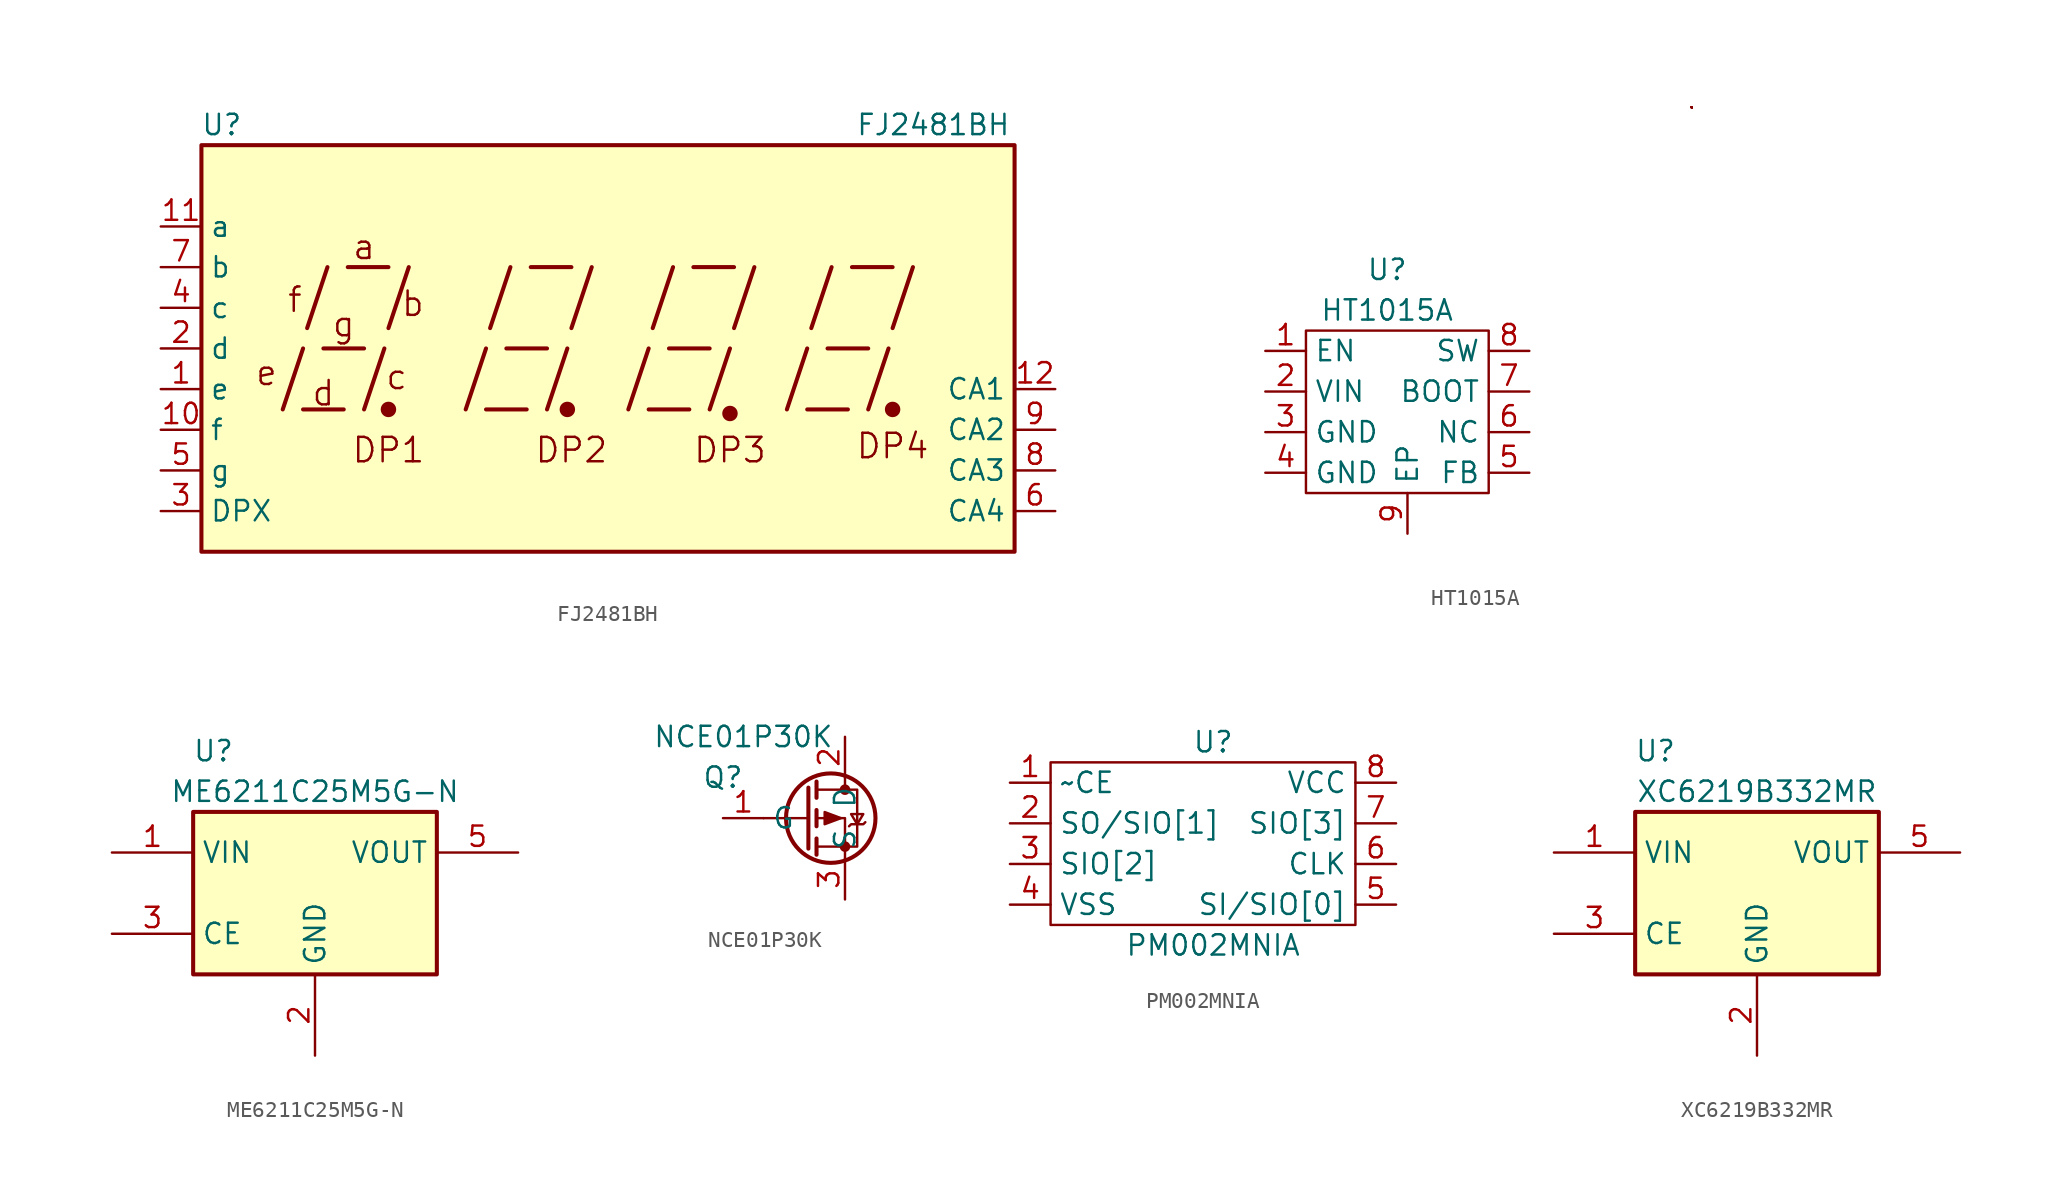
<source format=kicad_sym>
(kicad_symbol_lib
  (version 20211014)
  (generator kicad_symbol_editor)
  (symbol "FJ2481BH"
    (property "Reference" "U"
      (at 3.81 16.51 0)
      (effects (font (size 1.27 1.27))))
    (property "Value" "FJ2481BH"
      (at 48.26 16.51 0)
      (effects (font (size 1.27 1.27))))
    (symbol "FJ2481BH_0_0"
      (polyline (pts (xy 7.62 -1.27) (xy 8.89 2.54)) (stroke (width 0.254) (type default) (color 0 0 0 0)) (fill (type none)))
      (polyline (pts (xy 8.89 -1.27) (xy 11.43 -1.27)) (stroke (width 0.254) (type default) (color 0 0 0 0)) (fill (type none)))
      (polyline (pts (xy 9.144 3.81) (xy 10.414 7.62)) (stroke (width 0.254) (type default) (color 0 0 0 0)) (fill (type none)))
      (polyline (pts (xy 10.16 2.54) (xy 12.7 2.54)) (stroke (width 0.254) (type default) (color 0 0 0 0)) (fill (type none)))
      (polyline (pts (xy 11.684 7.62) (xy 14.224 7.62)) (stroke (width 0.254) (type default) (color 0 0 0 0)) (fill (type none)))
      (polyline (pts (xy 12.7 -1.27) (xy 13.97 2.54)) (stroke (width 0.254) (type default) (color 0 0 0 0)) (fill (type none)))
      (polyline (pts (xy 14.224 3.81) (xy 15.494 7.62)) (stroke (width 0.254) (type default) (color 0 0 0 0)) (fill (type none)))
      (polyline (pts (xy 19.05 -1.27) (xy 20.32 2.54)) (stroke (width 0.254) (type default) (color 0 0 0 0)) (fill (type none)))
      (polyline (pts (xy 20.32 -1.27) (xy 22.86 -1.27)) (stroke (width 0.254) (type default) (color 0 0 0 0)) (fill (type none)))
      (polyline (pts (xy 20.574 3.81) (xy 21.844 7.62)) (stroke (width 0.254) (type default) (color 0 0 0 0)) (fill (type none)))
      (polyline (pts (xy 21.59 2.54) (xy 24.13 2.54)) (stroke (width 0.254) (type default) (color 0 0 0 0)) (fill (type none)))
      (polyline (pts (xy 23.114 7.62) (xy 25.654 7.62)) (stroke (width 0.254) (type default) (color 0 0 0 0)) (fill (type none)))
      (polyline (pts (xy 24.13 -1.27) (xy 25.4 2.54)) (stroke (width 0.254) (type default) (color 0 0 0 0)) (fill (type none)))
      (polyline (pts (xy 25.654 3.81) (xy 26.924 7.62)) (stroke (width 0.254) (type default) (color 0 0 0 0)) (fill (type none)))
      (polyline (pts (xy 29.21 -1.27) (xy 30.48 2.54)) (stroke (width 0.254) (type default) (color 0 0 0 0)) (fill (type none)))
      (polyline (pts (xy 30.48 -1.27) (xy 33.02 -1.27)) (stroke (width 0.254) (type default) (color 0 0 0 0)) (fill (type none)))
      (polyline (pts (xy 30.734 3.81) (xy 32.004 7.62)) (stroke (width 0.254) (type default) (color 0 0 0 0)) (fill (type none)))
      (polyline (pts (xy 31.75 2.54) (xy 34.29 2.54)) (stroke (width 0.254) (type default) (color 0 0 0 0)) (fill (type none)))
      (polyline (pts (xy 33.274 7.62) (xy 35.814 7.62)) (stroke (width 0.254) (type default) (color 0 0 0 0)) (fill (type none)))
      (polyline (pts (xy 34.29 -1.27) (xy 35.56 2.54)) (stroke (width 0.254) (type default) (color 0 0 0 0)) (fill (type none)))
      (polyline (pts (xy 35.814 3.81) (xy 37.084 7.62)) (stroke (width 0.254) (type default) (color 0 0 0 0)) (fill (type none)))
      (polyline (pts (xy 39.116 -1.27) (xy 40.386 2.54)) (stroke (width 0.254) (type default) (color 0 0 0 0)) (fill (type none)))
      (polyline (pts (xy 40.386 -1.27) (xy 42.926 -1.27)) (stroke (width 0.254) (type default) (color 0 0 0 0)) (fill (type none)))
      (polyline (pts (xy 40.64 3.81) (xy 41.91 7.62)) (stroke (width 0.254) (type default) (color 0 0 0 0)) (fill (type none)))
      (polyline (pts (xy 41.656 2.54) (xy 44.196 2.54)) (stroke (width 0.254) (type default) (color 0 0 0 0)) (fill (type none)))
      (polyline (pts (xy 43.18 7.62) (xy 45.72 7.62)) (stroke (width 0.254) (type default) (color 0 0 0 0)) (fill (type none)))
      (polyline (pts (xy 44.196 -1.27) (xy 45.466 2.54)) (stroke (width 0.254) (type default) (color 0 0 0 0)) (fill (type none)))
      (polyline (pts (xy 45.72 3.81) (xy 46.99 7.62)) (stroke (width 0.254) (type default) (color 0 0 0 0)) (fill (type none)))
      (rectangle (start 2.54 15.24) (end 53.34 -10.16) (stroke (width 0.254) (type default) (color 0 0 0 0)) (fill (type background)))
      (text "a" (at 12.7 8.89 0) (effects (font (size 1.524 1.524))))
      (text "b" (at 15.748 5.334 0) (effects (font (size 1.524 1.524))))
      (text "c" (at 14.732 0.762 0) (effects (font (size 1.524 1.524))))
      (text "d" (at 10.16 -0.254 0) (effects (font (size 1.524 1.524))))
      (text "DP1" (at 14.224 -3.81 0) (effects (font (size 1.524 1.524))))
      (text "DP2" (at 25.654 -3.81 0) (effects (font (size 1.524 1.524))))
      (text "DP3" (at 35.56 -3.81 0) (effects (font (size 1.524 1.524))))
      (text "DP4" (at 45.72 -3.556 0) (effects (font (size 1.524 1.524))))
      (text "e" (at 6.604 1.016 0) (effects (font (size 1.524 1.524))))
      (text "f" (at 8.382 5.588 0) (effects (font (size 1.524 1.524))))
      (text "g" (at 11.43 4.064 0) (effects (font (size 1.524 1.524)))))
    (symbol "FJ2481BH_0_1"
      (circle (center 14.224 -1.27) (radius 0.356) (stroke (width 0.254) (type default) (color 0 0 0 0)) (fill (type outline)))
      (circle (center 25.4 -1.27) (radius 0.356) (stroke (width 0.254) (type default) (color 0 0 0 0)) (fill (type outline))))
    (symbol "FJ2481BH_1_0"
      (circle (center 35.56 -1.524) (radius 0.356) (stroke (width 0.254) (type default) (color 0 0 0 0)) (fill (type outline)))
      (circle (center 45.72 -1.27) (radius 0.356) (stroke (width 0.254) (type default) (color 0 0 0 0)) (fill (type outline))))
    (symbol "FJ2481BH_1_1"
      (pin input line (at 0 0 0) (length 2.54) (name "e" (effects (font (size 1.27 1.27)))) (number "1" (effects (font (size 1.27 1.27)))))
      (pin input line (at 0 -2.54 0) (length 2.54) (name "f" (effects (font (size 1.27 1.27)))) (number "10" (effects (font (size 1.27 1.27)))))
      (pin input line (at 0 10.16 0) (length 2.54) (name "a" (effects (font (size 1.27 1.27)))) (number "11" (effects (font (size 1.27 1.27)))))
      (pin input line (at 55.88 0 180) (length 2.54) (name "CA1" (effects (font (size 1.27 1.27)))) (number "12" (effects (font (size 1.27 1.27)))))
      (pin input line (at 0 2.54 0) (length 2.54) (name "d" (effects (font (size 1.27 1.27)))) (number "2" (effects (font (size 1.27 1.27)))))
      (pin input line (at 0 -7.62 0) (length 2.54) (name "DPX" (effects (font (size 1.27 1.27)))) (number "3" (effects (font (size 1.27 1.27)))))
      (pin input line (at 0 5.08 0) (length 2.54) (name "c" (effects (font (size 1.27 1.27)))) (number "4" (effects (font (size 1.27 1.27)))))
      (pin input line (at 0 -5.08 0) (length 2.54) (name "g" (effects (font (size 1.27 1.27)))) (number "5" (effects (font (size 1.27 1.27)))))
      (pin input line (at 55.88 -7.62 180) (length 2.54) (name "CA4" (effects (font (size 1.27 1.27)))) (number "6" (effects (font (size 1.27 1.27)))))
      (pin input line (at 0 7.62 0) (length 2.54) (name "b" (effects (font (size 1.27 1.27)))) (number "7" (effects (font (size 1.27 1.27)))))
      (pin input line (at 55.88 -5.08 180) (length 2.54) (name "CA3" (effects (font (size 1.27 1.27)))) (number "8" (effects (font (size 1.27 1.27)))))
      (pin input line (at 55.88 -2.54 180) (length 2.54) (name "CA2" (effects (font (size 1.27 1.27)))) (number "9" (effects (font (size 1.27 1.27)))))))
  (symbol "HT1015A"
    (property "Reference" "U"
      (at 5.08 5.08 0)
      (effects (font (size 1.27 1.27))))
    (property "Value" "HT1015A"
      (at 5.08 2.54 0)
      (effects (font (size 1.27 1.27))))
    (symbol "HT1015A_0_1"
      (rectangle (start 0 1.27) (end 11.43 -8.89) (stroke (width 0) (type default) (color 0 0 0 0)) (fill (type none)))
      (rectangle (start 24.13 15.24) (end 24.13 15.24) (stroke (width 0) (type default) (color 0 0 0 0)) (fill (type none)))
      (rectangle (start 24.13 15.24) (end 24.13 15.24) (stroke (width 0) (type default) (color 0 0 0 0)) (fill (type none)))
      (rectangle (start 24.13 15.24) (end 24.13 15.24) (stroke (width 0) (type default) (color 0 0 0 0)) (fill (type none)))
      (rectangle (start 24.13 15.24) (end 24.13 15.24) (stroke (width 0) (type default) (color 0 0 0 0)) (fill (type none)))
      (rectangle (start 24.13 15.24) (end 24.13 15.24) (stroke (width 0) (type default) (color 0 0 0 0)) (fill (type none)))
      (rectangle (start 24.13 15.24) (end 24.13 15.24) (stroke (width 0) (type default) (color 0 0 0 0)) (fill (type none)))
      (rectangle (start 24.13 15.24) (end 24.13 15.24) (stroke (width 0) (type default) (color 0 0 0 0)) (fill (type none)))
      (rectangle (start 24.13 15.24) (end 24.13 15.24) (stroke (width 0) (type default) (color 0 0 0 0)) (fill (type none)))
      (rectangle (start 24.13 15.24) (end 24.13 15.24) (stroke (width 0) (type default) (color 0 0 0 0)) (fill (type none)))
      (rectangle (start 24.13 15.24) (end 24.13 15.24) (stroke (width 0) (type default) (color 0 0 0 0)) (fill (type none)))
      (rectangle (start 24.13 15.24) (end 24.13 15.24) (stroke (width 0) (type default) (color 0 0 0 0)) (fill (type none)))
      (rectangle (start 24.13 15.24) (end 24.13 15.24) (stroke (width 0) (type default) (color 0 0 0 0)) (fill (type none)))
      (rectangle (start 24.13 15.24) (end 24.13 15.24) (stroke (width 0) (type default) (color 0 0 0 0)) (fill (type none)))
      (rectangle (start 24.13 15.24) (end 24.13 15.24) (stroke (width 0) (type default) (color 0 0 0 0)) (fill (type none)))
      (rectangle (start 24.13 15.24) (end 24.13 15.24) (stroke (width 0) (type default) (color 0 0 0 0)) (fill (type none)))
      (rectangle (start 24.13 15.24) (end 24.13 15.24) (stroke (width 0) (type default) (color 0 0 0 0)) (fill (type none)))
      (rectangle (start 24.13 15.24) (end 24.13 15.24) (stroke (width 0) (type default) (color 0 0 0 0)) (fill (type none)))
      (rectangle (start 24.13 15.24) (end 24.13 15.24) (stroke (width 0) (type default) (color 0 0 0 0)) (fill (type none))))
    (symbol "HT1015A_1_1"
      (pin input line (at -2.54 0 0) (length 2.54) (name "EN" (effects (font (size 1.27 1.27)))) (number "1" (effects (font (size 1.27 1.27)))))
      (pin power_in line (at -2.54 -2.54 0) (length 2.54) (name "VIN" (effects (font (size 1.27 1.27)))) (number "2" (effects (font (size 1.27 1.27)))))
      (pin passive line (at -2.54 -5.08 0) (length 2.54) (name "GND" (effects (font (size 1.27 1.27)))) (number "3" (effects (font (size 1.27 1.27)))))
      (pin passive line (at -2.54 -7.62 0) (length 2.54) (name "GND" (effects (font (size 1.27 1.27)))) (number "4" (effects (font (size 1.27 1.27)))))
      (pin passive line (at 13.97 -7.62 180) (length 2.54) (name "FB" (effects (font (size 1.27 1.27)))) (number "5" (effects (font (size 1.27 1.27)))))
      (pin passive line (at 13.97 -5.08 180) (length 2.54) (name "NC" (effects (font (size 1.27 1.27)))) (number "6" (effects (font (size 1.27 1.27)))))
      (pin passive line (at 13.97 -2.54 180) (length 2.54) (name "BOOT" (effects (font (size 1.27 1.27)))) (number "7" (effects (font (size 1.27 1.27)))))
      (pin passive line (at 13.97 0 180) (length 2.54) (name "SW" (effects (font (size 1.27 1.27)))) (number "8" (effects (font (size 1.27 1.27)))))
      (pin passive line (at 6.35 -11.43 90) (length 2.54) (name "EP" (effects (font (size 1.27 1.27)))) (number "9" (effects (font (size 1.27 1.27)))))))
  (symbol "ME6211C25M5G-N"
    (property "Reference" "U"
      (at 6.35 6.35 0)
      (effects (font (size 1.27 1.27))))
    (property "Value" "ME6211C25M5G-N"
      (at 12.7 3.81 0)
      (effects (font (size 1.27 1.27))))
    (symbol "ME6211C25M5G-N_0_1"
      (rectangle (start 5.08 2.54) (end 20.32 -7.62) (stroke (width 0.254) (type default) (color 0 0 0 0)) (fill (type background))))
    (symbol "ME6211C25M5G-N_1_1"
      (pin power_in line (at 0 0 0) (length 5.08) (name "VIN" (effects (font (size 1.27 1.27)))) (number "1" (effects (font (size 1.27 1.27)))))
      (pin power_in line (at 12.7 -12.7 90) (length 5.08) (name "GND" (effects (font (size 1.27 1.27)))) (number "2" (effects (font (size 1.27 1.27)))))
      (pin input line (at 0 -5.08 0) (length 5.08) (name "CE" (effects (font (size 1.27 1.27)))) (number "3" (effects (font (size 1.27 1.27)))))
      (pin no_connect line (at 25.4 -5.08 180) (length 5.08) hide (name "NC" (effects (font (size 1.27 1.27)))) (number "4" (effects (font (size 1.27 1.27)))))
      (pin power_out line (at 25.4 0 180) (length 5.08) (name "VOUT" (effects (font (size 1.27 1.27)))) (number "5" (effects (font (size 1.27 1.27)))))))
  (symbol "NCE01P30K"
    (property "Reference" "Q"
      (at -5.08 2.54 0)
      (effects (font (size 1.27 1.27))))
    (property "Value" "NCE01P30K"
      (at -3.81 5.08 0)
      (effects (font (size 1.27 1.27))))
    (symbol "NCE01P30K_0_1"
      (polyline (pts (xy 0.254 0) (xy -2.54 0)) (stroke (width 0) (type default) (color 0 0 0 0)) (fill (type none)))
      (polyline (pts (xy 0.254 1.905) (xy 0.254 -1.905)) (stroke (width 0.254) (type default) (color 0 0 0 0)) (fill (type none)))
      (polyline (pts (xy 0.762 -1.27) (xy 0.762 -2.286)) (stroke (width 0.254) (type default) (color 0 0 0 0)) (fill (type none)))
      (polyline (pts (xy 0.762 0.508) (xy 0.762 -0.508)) (stroke (width 0.254) (type default) (color 0 0 0 0)) (fill (type none)))
      (polyline (pts (xy 0.762 2.286) (xy 0.762 1.27)) (stroke (width 0.254) (type default) (color 0 0 0 0)) (fill (type none)))
      (polyline (pts (xy 2.54 2.54) (xy 2.54 1.778)) (stroke (width 0) (type default) (color 0 0 0 0)) (fill (type none)))
      (polyline (pts (xy 2.54 -2.54) (xy 2.54 0) (xy 0.762 0)) (stroke (width 0) (type default) (color 0 0 0 0)) (fill (type none)))
      (polyline (pts (xy 0.762 1.778) (xy 3.302 1.778) (xy 3.302 -1.778) (xy 0.762 -1.778)) (stroke (width 0) (type default) (color 0 0 0 0)) (fill (type none)))
      (polyline (pts (xy 2.286 0) (xy 1.27 0.381) (xy 1.27 -0.381) (xy 2.286 0)) (stroke (width 0) (type default) (color 0 0 0 0)) (fill (type outline)))
      (polyline (pts (xy 2.794 -0.508) (xy 2.921 -0.381) (xy 3.683 -0.381) (xy 3.81 -0.254)) (stroke (width 0) (type default) (color 0 0 0 0)) (fill (type none)))
      (polyline (pts (xy 3.302 -0.381) (xy 2.921 0.254) (xy 3.683 0.254) (xy 3.302 -0.381)) (stroke (width 0) (type default) (color 0 0 0 0)) (fill (type none)))
      (circle (center 1.651 0) (radius 2.794) (stroke (width 0.254) (type default) (color 0 0 0 0)) (fill (type none)))
      (circle (center 2.54 -1.778) (radius 0.254) (stroke (width 0) (type default) (color 0 0 0 0)) (fill (type outline)))
      (circle (center 2.54 1.778) (radius 0.254) (stroke (width 0) (type default) (color 0 0 0 0)) (fill (type outline))))
    (symbol "NCE01P30K_1_1"
      (pin input line (at -5.08 0 0) (length 2.54) (name "G" (effects (font (size 1.27 1.27)))) (number "1" (effects (font (size 1.27 1.27)))))
      (pin passive line (at 2.54 5.08 270) (length 2.54) (name "D" (effects (font (size 1.27 1.27)))) (number "2" (effects (font (size 1.27 1.27)))))
      (pin passive line (at 2.54 -5.08 90) (length 2.54) (name "S" (effects (font (size 1.27 1.27)))) (number "3" (effects (font (size 1.27 1.27)))))))
  (symbol "PM002MNIA"
    (property "Reference" "U"
      (at 12.7 2.54 0)
      (effects (font (size 1.27 1.27))))
    (property "Value" "PM002MNIA"
      (at 12.7 -10.16 0)
      (effects (font (size 1.27 1.27))))
    (symbol "PM002MNIA_0_1"
      (rectangle (start 2.54 1.27) (end 21.59 -8.89) (stroke (width 0) (type default) (color 0 0 0 0)) (fill (type none))))
    (symbol "PM002MNIA_1_1"
      (pin input line (at 0 0 0) (length 2.54) (name "~CE" (effects (font (size 1.27 1.27)))) (number "1" (effects (font (size 1.27 1.27)))))
      (pin bidirectional line (at 0 -2.54 0) (length 2.54) (name "SO/SIO[1]" (effects (font (size 1.27 1.27)))) (number "2" (effects (font (size 1.27 1.27)))))
      (pin bidirectional line (at 0 -5.08 0) (length 2.54) (name "SIO[2]" (effects (font (size 1.27 1.27)))) (number "3" (effects (font (size 1.27 1.27)))))
      (pin unspecified line (at 0 -7.62 0) (length 2.54) (name "VSS" (effects (font (size 1.27 1.27)))) (number "4" (effects (font (size 1.27 1.27)))))
      (pin bidirectional line (at 24.13 -7.62 180) (length 2.54) (name "SI/SIO[0]" (effects (font (size 1.27 1.27)))) (number "5" (effects (font (size 1.27 1.27)))))
      (pin input line (at 24.13 -5.08 180) (length 2.54) (name "CLK" (effects (font (size 1.27 1.27)))) (number "6" (effects (font (size 1.27 1.27)))))
      (pin bidirectional line (at 24.13 -2.54 180) (length 2.54) (name "SIO[3]" (effects (font (size 1.27 1.27)))) (number "7" (effects (font (size 1.27 1.27)))))
      (pin power_in line (at 24.13 0 180) (length 2.54) (name "VCC" (effects (font (size 1.27 1.27)))) (number "8" (effects (font (size 1.27 1.27)))))))
  (symbol "XC6219B332MR"
    (property "Reference" "U"
      (at 6.35 6.35 0)
      (effects (font (size 1.27 1.27))))
    (property "Value" "XC6219B332MR"
      (at 12.7 3.81 0)
      (effects (font (size 1.27 1.27))))
    (symbol "XC6219B332MR_0_1"
      (rectangle (start 5.08 2.54) (end 20.32 -7.62) (stroke (width 0.254) (type default) (color 0 0 0 0)) (fill (type background))))
    (symbol "XC6219B332MR_1_1"
      (pin power_in line (at 0 0 0) (length 5.08) (name "VIN" (effects (font (size 1.27 1.27)))) (number "1" (effects (font (size 1.27 1.27)))))
      (pin power_in line (at 12.7 -12.7 90) (length 5.08) (name "GND" (effects (font (size 1.27 1.27)))) (number "2" (effects (font (size 1.27 1.27)))))
      (pin input line (at 0 -5.08 0) (length 5.08) (name "CE" (effects (font (size 1.27 1.27)))) (number "3" (effects (font (size 1.27 1.27)))))
      (pin no_connect line (at 25.4 -5.08 180) (length 5.08) hide (name "NC" (effects (font (size 1.27 1.27)))) (number "4" (effects (font (size 1.27 1.27)))))
      (pin power_out line (at 25.4 0 180) (length 5.08) (name "VOUT" (effects (font (size 1.27 1.27)))) (number "5" (effects (font (size 1.27 1.27))))))))
</source>
